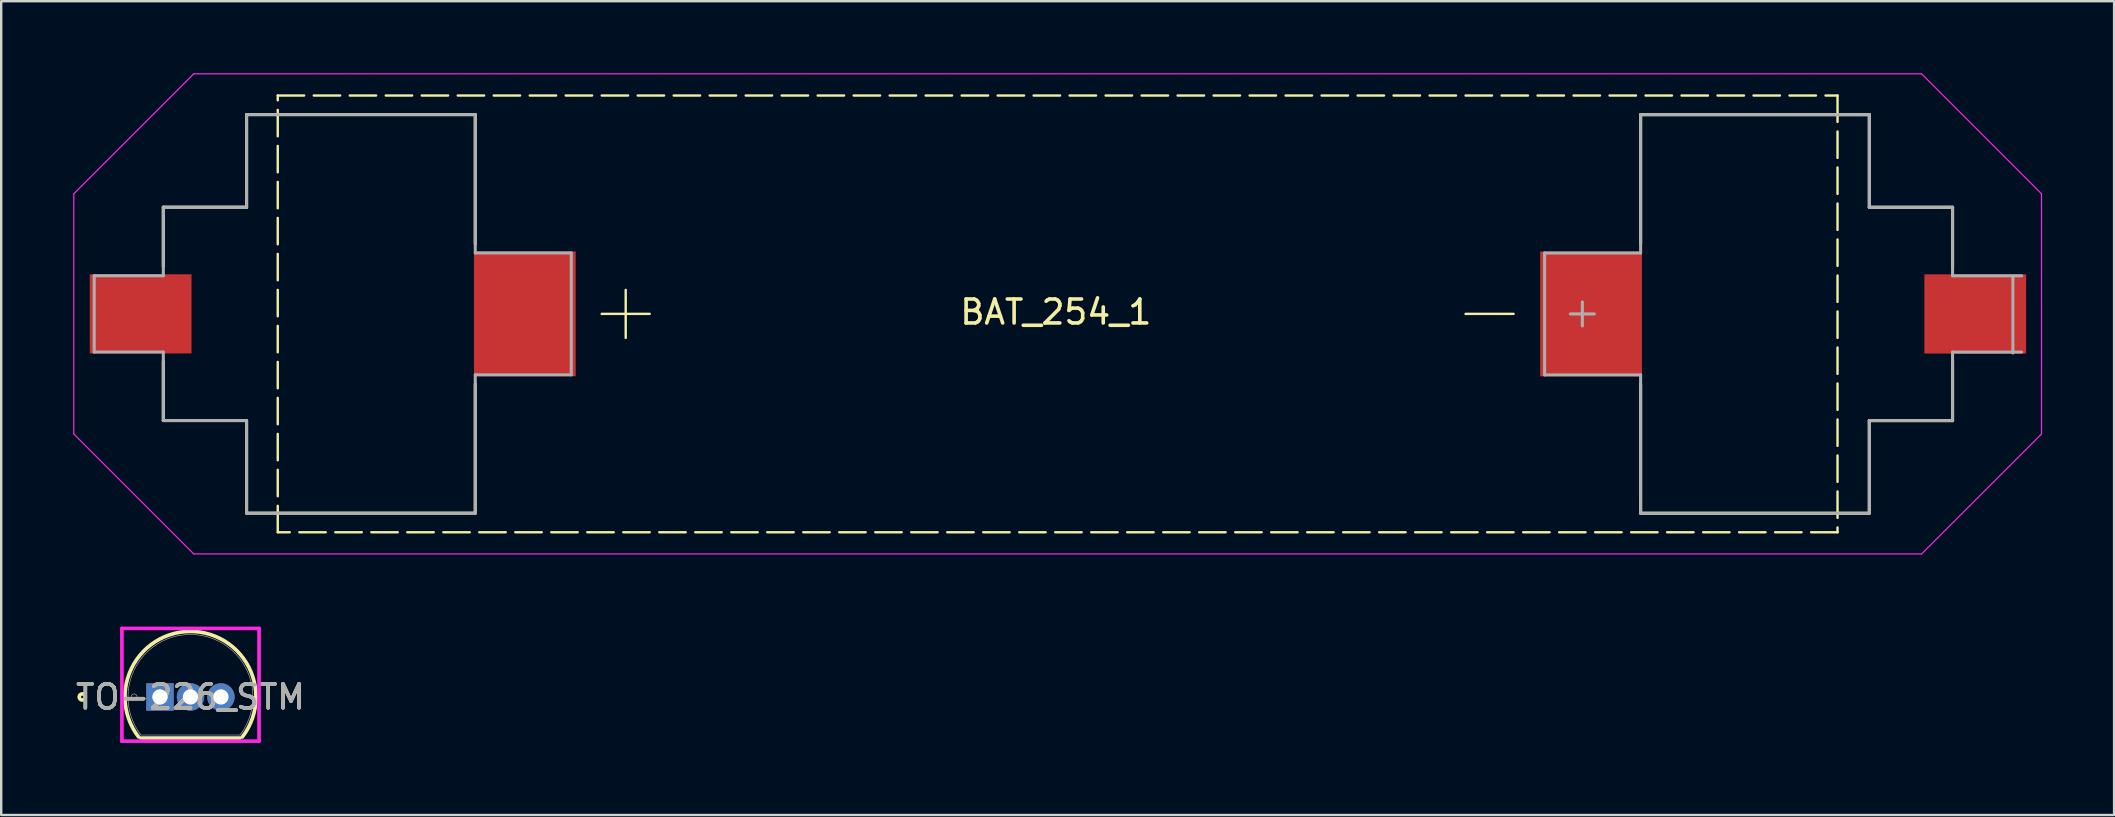
<source format=kicad_pcb>
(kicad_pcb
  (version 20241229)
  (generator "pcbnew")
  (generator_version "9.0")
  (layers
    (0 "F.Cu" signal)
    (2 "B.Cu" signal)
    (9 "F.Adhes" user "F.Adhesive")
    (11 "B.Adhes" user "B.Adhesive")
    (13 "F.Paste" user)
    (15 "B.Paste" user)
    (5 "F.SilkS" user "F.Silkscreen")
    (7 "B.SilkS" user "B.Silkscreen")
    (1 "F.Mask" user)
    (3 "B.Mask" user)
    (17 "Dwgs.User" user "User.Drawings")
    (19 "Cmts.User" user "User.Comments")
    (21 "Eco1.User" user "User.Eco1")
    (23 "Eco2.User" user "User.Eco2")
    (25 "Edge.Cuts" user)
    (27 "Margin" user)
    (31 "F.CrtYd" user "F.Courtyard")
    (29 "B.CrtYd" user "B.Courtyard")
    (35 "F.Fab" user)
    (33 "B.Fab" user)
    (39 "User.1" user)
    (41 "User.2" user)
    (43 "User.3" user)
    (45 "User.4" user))
  (footprint "TO-226_STM"
    (layer "F.Cu")
    (at 3.617 25.994)
    (property "Reference" "TO-226_STM" (at 1.27 0 0) (unlocked yes) (layer "F.SilkS") (effects (font (size 1 1) (thickness 0.15))))
    (attr through_hole)
    (fp_line (start -0.794 1.714) (end 3.334 1.714) (stroke (width 0.152) (type solid)) (layer "F.SilkS"))
    (fp_arc (start -0.894167 1.664936) (mid 0.39069 -2.585042) (end 4.0005 0) (stroke (width 0.1524) (type solid)) (layer "F.SilkS"))
    (fp_arc (start 4.0005 0.000001) (mid 3.855041 0.879313) (end 3.434164 1.66494) (stroke (width 0.1524) (type solid)) (layer "F.SilkS"))
    (fp_circle (center -3.239 0) (end -3.111 0) (stroke (width 0.152) (type solid)) (fill no) (layer "F.SilkS"))
    (fp_line (start -1.587 -2.857) (end 4.128 -2.857) (stroke (width 0.152) (type solid)) (layer "F.CrtYd"))
    (fp_line (start -1.587 1.841) (end -1.587 -2.857) (stroke (width 0.152) (type solid)) (layer "F.CrtYd"))
    (fp_line (start 4.128 -2.857) (end 4.128 1.841) (stroke (width 0.152) (type solid)) (layer "F.CrtYd"))
    (fp_line (start 4.128 1.841) (end -1.587 1.841) (stroke (width 0.152) (type solid)) (layer "F.CrtYd"))
    (fp_line (start -0.794 1.587) (end 3.334 1.587) (stroke (width 0.025) (type solid)) (layer "F.Fab"))
    (fp_line (start -0.254 0) (end 0.254 0) (stroke (width 0.152) (type solid)) (layer "F.Fab"))
    (fp_line (start 0 0.254) (end 0 -0.254) (stroke (width 0.152) (type solid)) (layer "F.Fab"))
    (fp_arc (start -0.793507 1.587499) (mid 1.270001 -2.6035) (end 3.333506 1.5875) (stroke (width 0.0254) (type solid)) (layer "F.Fab"))
    (fp_circle (center -1.079 0) (end -0.953 0) (stroke (width 0.025) (type solid)) (fill no) (layer "F.Fab"))
    (fp_text user "${REFERENCE}" (at 1.27 0 0) (unlocked yes) (layer "F.Fab") (effects (font (size 1 1) (thickness 0.15))))
    (pad "1" thru_hole rect (at 0 0) (size 1.143 1.143) (drill 0.635) (layers "*.Cu" "*.Mask"))
    (pad "2" thru_hole circle (at 1.27 0) (size 1.143 1.143) (drill 0.635) (layers "*.Cu" "*.Mask"))
    (pad "3" thru_hole circle (at 2.54 0) (size 1.143 1.143) (drill 0.635) (layers "*.Cu" "*.Mask")))
  (footprint "BAT_254_1"
    (layer "F.Cu")
    (at 41.025 10.03)
    (property "Reference" "BAT_254_1" (at -0.076 -0.076 0) (layer "F.SilkS") (effects (font (size 1 1) (thickness 0.15))))
    (attr smd)
    (fp_line (start -37.269 -4.445) (end -37.269 -1.97) (stroke (width 0.127) (type solid)) (layer "F.SilkS"))
    (fp_line (start -37.269 -4.445) (end -33.799 -4.445) (stroke (width 0.127) (type solid)) (layer "F.SilkS"))
    (fp_line (start -37.269 4.445) (end -37.269 1.97) (stroke (width 0.127) (type solid)) (layer "F.SilkS"))
    (fp_line (start -33.799 -8.305) (end -24.269 -8.305) (stroke (width 0.127) (type solid)) (layer "F.SilkS"))
    (fp_line (start -33.799 -4.445) (end -33.799 -8.305) (stroke (width 0.127) (type solid)) (layer "F.SilkS"))
    (fp_line (start -33.799 4.445) (end -37.269 4.445) (stroke (width 0.127) (type solid)) (layer "F.SilkS"))
    (fp_line (start -33.799 8.305) (end -33.799 4.445) (stroke (width 0.127) (type solid)) (layer "F.SilkS"))
    (fp_line (start -24.269 -8.305) (end -24.269 -2.92) (stroke (width 0.127) (type solid)) (layer "F.SilkS"))
    (fp_line (start -24.269 2.92) (end -24.269 8.305) (stroke (width 0.127) (type solid)) (layer "F.SilkS"))
    (fp_line (start -24.269 8.305) (end -33.799 8.305) (stroke (width 0.127) (type solid)) (layer "F.SilkS"))
    (fp_line (start -19 0) (end -17 0) (stroke (width 0.1) (type default)) (layer "F.SilkS"))
    (fp_line (start -18 -1) (end -18 1) (stroke (width 0.1) (type default)) (layer "F.SilkS"))
    (fp_line (start 17 0) (end 19 0) (stroke (width 0.1) (type default)) (layer "F.SilkS"))
    (fp_line (start 24.294 -8.302) (end 33.824 -8.302) (stroke (width 0.127) (type solid)) (layer "F.SilkS"))
    (fp_line (start 24.294 -2.917) (end 24.294 -8.302) (stroke (width 0.127) (type solid)) (layer "F.SilkS"))
    (fp_line (start 24.294 8.308) (end 24.294 2.923) (stroke (width 0.127) (type solid)) (layer "F.SilkS"))
    (fp_line (start 33.824 -8.302) (end 33.824 -4.442) (stroke (width 0.127) (type solid)) (layer "F.SilkS"))
    (fp_line (start 33.824 -4.442) (end 37.294 -4.442) (stroke (width 0.127) (type solid)) (layer "F.SilkS"))
    (fp_line (start 33.824 4.448) (end 33.824 8.308) (stroke (width 0.127) (type solid)) (layer "F.SilkS"))
    (fp_line (start 33.824 8.308) (end 24.294 8.308) (stroke (width 0.127) (type solid)) (layer "F.SilkS"))
    (fp_line (start 37.294 -4.442) (end 37.294 -1.967) (stroke (width 0.127) (type solid)) (layer "F.SilkS"))
    (fp_line (start 37.294 4.448) (end 33.824 4.448) (stroke (width 0.127) (type solid)) (layer "F.SilkS"))
    (fp_line (start 37.294 4.448) (end 37.294 1.973) (stroke (width 0.127) (type solid)) (layer "F.SilkS"))
    (fp_rect (start -32.5 -9.1) (end 32.5 9.1) (stroke (width 0.1) (type dash)) (fill no) (layer "F.SilkS"))
    (fp_line (start -41 -5.005) (end -41 5.005) (stroke (width 0.05) (type default)) (layer "F.CrtYd"))
    (fp_line (start -41 5.005) (end -36 10.005) (stroke (width 0.05) (type default)) (layer "F.CrtYd"))
    (fp_line (start -36 -10.005) (end -41 -5.005) (stroke (width 0.05) (type default)) (layer "F.CrtYd"))
    (fp_line (start 36 -10.005) (end -36 -10.005) (stroke (width 0.05) (type default)) (layer "F.CrtYd"))
    (fp_line (start 36 10.005) (end -36 10.005) (stroke (width 0.05) (type default)) (layer "F.CrtYd"))
    (fp_line (start 41 -5.005) (end 36 -10.005) (stroke (width 0.05) (type default)) (layer "F.CrtYd"))
    (fp_line (start 41 -5.005) (end 41 5.005) (stroke (width 0.05) (type default)) (layer "F.CrtYd"))
    (fp_line (start 41 5.005) (end 36 10.005) (stroke (width 0.05) (type default)) (layer "F.CrtYd"))
    (fp_line (start -40.149 -1.59) (end -37.269 -1.59) (stroke (width 0.127) (type solid)) (layer "F.Fab"))
    (fp_line (start -40.149 1.59) (end -40.149 -1.59) (stroke (width 0.127) (type solid)) (layer "F.Fab"))
    (fp_line (start -37.269 -4.445) (end -33.799 -4.445) (stroke (width 0.127) (type solid)) (layer "F.Fab"))
    (fp_line (start -37.269 -1.59) (end -37.269 -4.445) (stroke (width 0.127) (type solid)) (layer "F.Fab"))
    (fp_line (start -37.269 1.59) (end -40.149 1.59) (stroke (width 0.127) (type solid)) (layer "F.Fab"))
    (fp_line (start -37.269 4.445) (end -37.269 1.59) (stroke (width 0.127) (type solid)) (layer "F.Fab"))
    (fp_line (start -33.799 -8.305) (end -24.269 -8.305) (stroke (width 0.127) (type solid)) (layer "F.Fab"))
    (fp_line (start -33.799 -4.445) (end -33.799 -8.305) (stroke (width 0.127) (type solid)) (layer "F.Fab"))
    (fp_line (start -33.799 4.445) (end -37.269 4.445) (stroke (width 0.127) (type solid)) (layer "F.Fab"))
    (fp_line (start -33.799 8.305) (end -33.799 4.445) (stroke (width 0.127) (type solid)) (layer "F.Fab"))
    (fp_line (start -24.269 -8.305) (end -24.269 -2.54) (stroke (width 0.127) (type solid)) (layer "F.Fab"))
    (fp_line (start -24.269 -2.54) (end -20.269 -2.54) (stroke (width 0.127) (type solid)) (layer "F.Fab"))
    (fp_line (start -24.269 2.54) (end -24.269 8.305) (stroke (width 0.127) (type solid)) (layer "F.Fab"))
    (fp_line (start -24.269 8.305) (end -33.799 8.305) (stroke (width 0.127) (type solid)) (layer "F.Fab"))
    (fp_line (start -20.269 -2.54) (end -20.269 2.54) (stroke (width 0.127) (type solid)) (layer "F.Fab"))
    (fp_line (start -20.269 2.54) (end -24.269 2.54) (stroke (width 0.127) (type solid)) (layer "F.Fab"))
    (fp_line (start 20.294 -2.537) (end 24.294 -2.537) (stroke (width 0.127) (type solid)) (layer "F.Fab"))
    (fp_line (start 20.294 2.543) (end 20.294 -2.537) (stroke (width 0.127) (type solid)) (layer "F.Fab"))
    (fp_line (start 21.366 0.003) (end 22.366 0.003) (stroke (width 0.127) (type solid)) (layer "F.Fab"))
    (fp_line (start 21.866 -0.497) (end 21.866 0.503) (stroke (width 0.127) (type solid)) (layer "F.Fab"))
    (fp_line (start 24.294 -8.302) (end 33.824 -8.302) (stroke (width 0.127) (type solid)) (layer "F.Fab"))
    (fp_line (start 24.294 -2.537) (end 24.294 -8.302) (stroke (width 0.127) (type solid)) (layer "F.Fab"))
    (fp_line (start 24.294 2.543) (end 20.294 2.543) (stroke (width 0.127) (type solid)) (layer "F.Fab"))
    (fp_line (start 24.294 8.308) (end 24.294 2.543) (stroke (width 0.127) (type solid)) (layer "F.Fab"))
    (fp_line (start 33.824 -8.302) (end 33.824 -4.442) (stroke (width 0.127) (type solid)) (layer "F.Fab"))
    (fp_line (start 33.824 -4.442) (end 37.294 -4.442) (stroke (width 0.127) (type solid)) (layer "F.Fab"))
    (fp_line (start 33.824 4.448) (end 33.824 8.308) (stroke (width 0.127) (type solid)) (layer "F.Fab"))
    (fp_line (start 33.824 8.308) (end 24.294 8.308) (stroke (width 0.127) (type solid)) (layer "F.Fab"))
    (fp_line (start 37.294 -4.442) (end 37.294 -1.587) (stroke (width 0.127) (type solid)) (layer "F.Fab"))
    (fp_line (start 37.294 -1.587) (end 40.174 -1.587) (stroke (width 0.127) (type solid)) (layer "F.Fab"))
    (fp_line (start 37.294 1.593) (end 37.294 4.448) (stroke (width 0.127) (type solid)) (layer "F.Fab"))
    (fp_line (start 37.294 4.448) (end 33.824 4.448) (stroke (width 0.127) (type solid)) (layer "F.Fab"))
    (fp_line (start 39.808 -1.55) (end 39.808 1.63) (stroke (width 0.127) (type solid)) (layer "F.Fab"))
    (fp_line (start 40.174 1.593) (end 37.294 1.593) (stroke (width 0.127) (type solid)) (layer "F.Fab"))
    (pad "1" smd rect (at -38.214 0 180) (size 4.24 3.3) (layers "F.Cu" "F.Mask" "F.Paste"))
    (pad "1" smd rect (at -22.204 0 180) (size 4.24 5.2) (layers "F.Cu" "F.Mask" "F.Paste"))
    (pad "2" smd rect (at 22.229 0.003) (size 4.24 5.2) (layers "F.Cu" "F.Mask" "F.Paste"))
    (pad "2" smd rect (at 38.239 0.003) (size 4.24 3.3) (layers "F.Cu" "F.Mask" "F.Paste")))
  (gr_rect
    (start -3 -3)
    (end 85.05 30.912)
    (stroke (width 0.1) (type default))
    (fill no)
    (layer "Edge.Cuts")))
</source>
